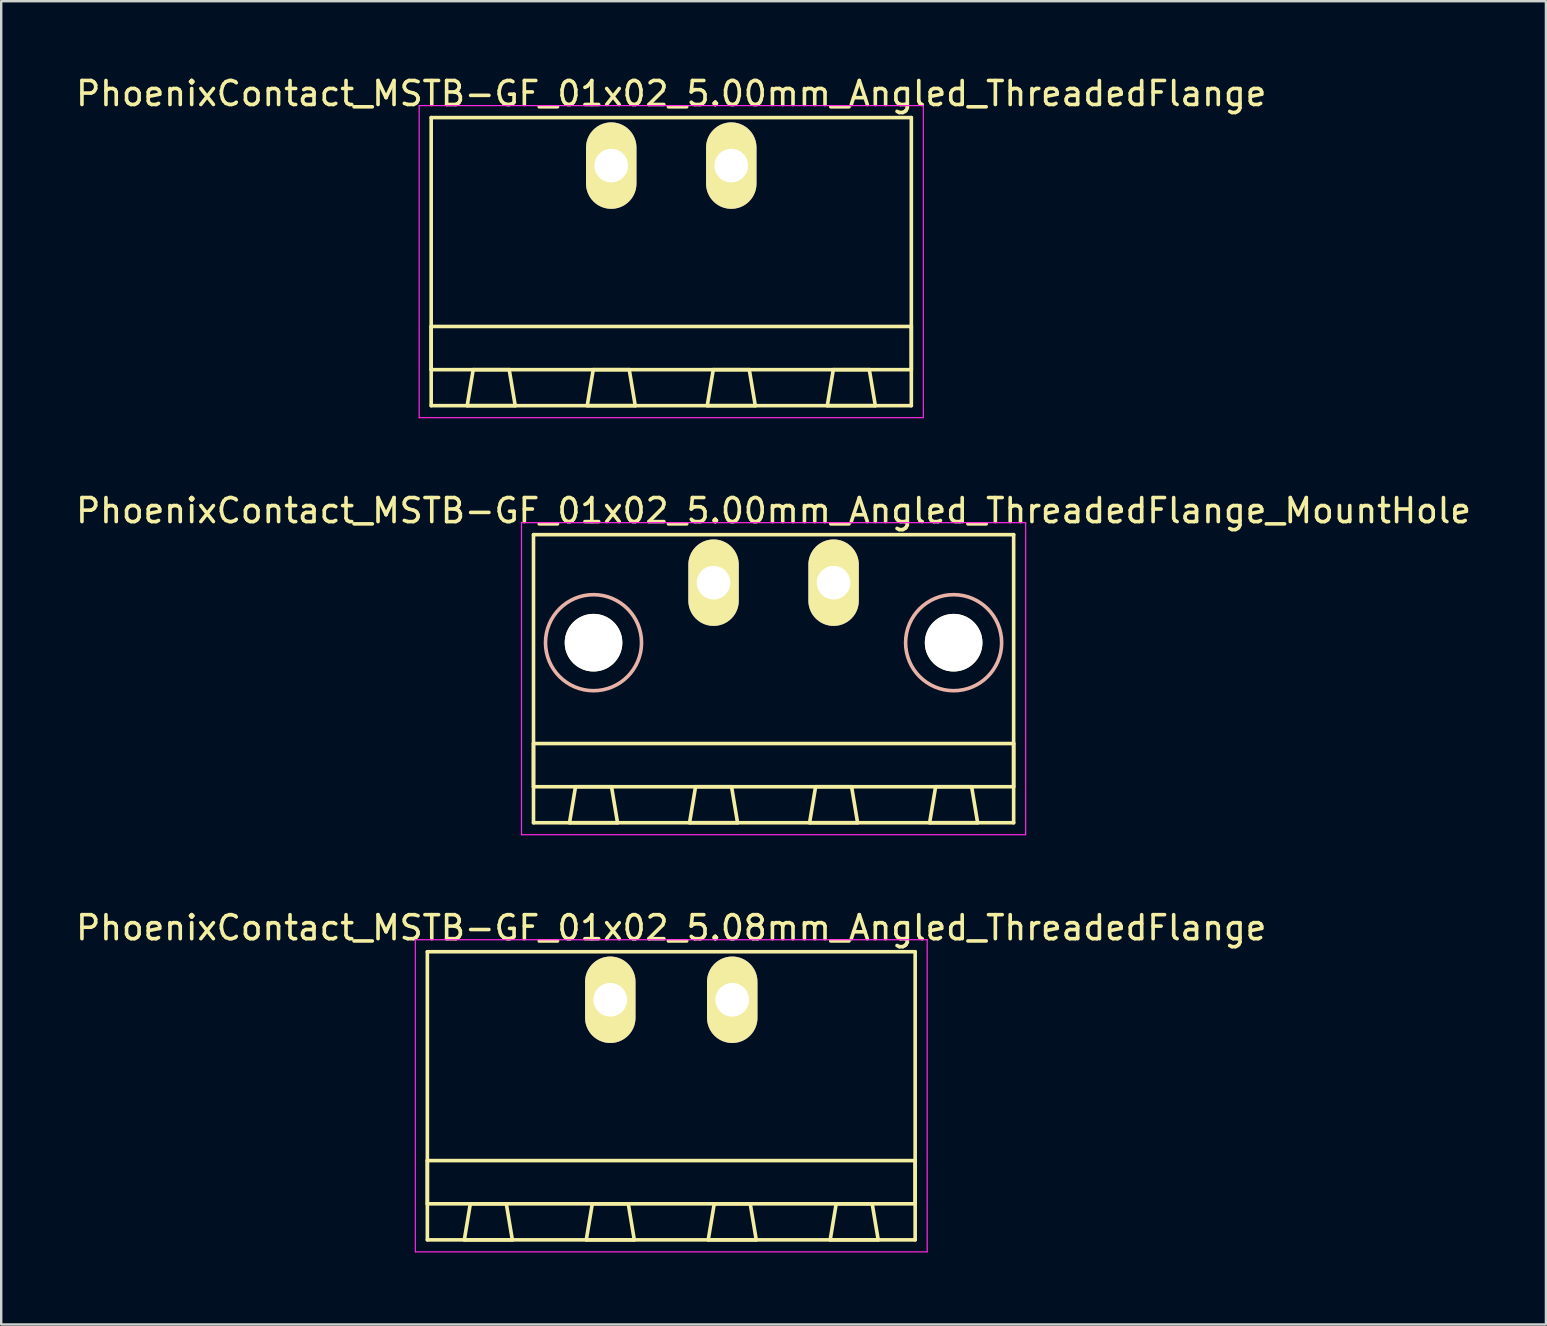
<source format=kicad_pcb>
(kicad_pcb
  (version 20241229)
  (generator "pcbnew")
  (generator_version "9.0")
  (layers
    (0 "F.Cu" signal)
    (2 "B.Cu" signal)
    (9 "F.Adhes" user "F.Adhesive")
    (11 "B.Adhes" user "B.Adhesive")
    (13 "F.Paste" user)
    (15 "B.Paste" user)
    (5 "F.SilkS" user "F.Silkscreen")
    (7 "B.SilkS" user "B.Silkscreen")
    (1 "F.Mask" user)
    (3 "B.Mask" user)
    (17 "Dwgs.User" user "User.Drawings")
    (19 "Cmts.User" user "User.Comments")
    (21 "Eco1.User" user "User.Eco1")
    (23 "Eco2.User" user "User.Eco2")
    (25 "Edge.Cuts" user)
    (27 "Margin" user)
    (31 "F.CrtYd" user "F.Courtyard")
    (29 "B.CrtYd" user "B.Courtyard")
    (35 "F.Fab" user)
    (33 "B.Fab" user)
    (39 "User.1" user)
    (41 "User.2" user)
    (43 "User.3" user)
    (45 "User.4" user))
  (footprint "PhoenixContact_MSTB-GF_01x02_5.08mm_Angled_ThreadedFlange"
    (layer "F.Cu")
    (at 22.371 38.595)
    (property "Reference" "PhoenixContact_MSTB-GF_01x02_5.08mm_Angled_ThreadedFlange" (at 2.54 -3 0) (layer "F.SilkS") (effects (font (size 1 1) (thickness 0.15))))
    (attr through_hole)
    (fp_line (start -7.62 -2) (end -7.62 10) (stroke (width 0.15) (type solid)) (layer "F.SilkS"))
    (fp_line (start -7.62 6.7) (end 12.7 6.7) (stroke (width 0.15) (type solid)) (layer "F.SilkS"))
    (fp_line (start -7.62 8.5) (end -7.62 6.7) (stroke (width 0.15) (type solid)) (layer "F.SilkS"))
    (fp_line (start -7.62 10) (end 12.7 10) (stroke (width 0.15) (type solid)) (layer "F.SilkS"))
    (fp_line (start -6.08 10) (end -4.08 10) (stroke (width 0.15) (type solid)) (layer "F.SilkS"))
    (fp_line (start -5.83 8.5) (end -6.08 10) (stroke (width 0.15) (type solid)) (layer "F.SilkS"))
    (fp_line (start -4.33 8.5) (end -5.83 8.5) (stroke (width 0.15) (type solid)) (layer "F.SilkS"))
    (fp_line (start -4.08 10) (end -4.33 8.5) (stroke (width 0.15) (type solid)) (layer "F.SilkS"))
    (fp_line (start -1 10) (end 1 10) (stroke (width 0.15) (type solid)) (layer "F.SilkS"))
    (fp_line (start -0.75 8.5) (end -1 10) (stroke (width 0.15) (type solid)) (layer "F.SilkS"))
    (fp_line (start 0.75 8.5) (end -0.75 8.5) (stroke (width 0.15) (type solid)) (layer "F.SilkS"))
    (fp_line (start 1 10) (end 0.75 8.5) (stroke (width 0.15) (type solid)) (layer "F.SilkS"))
    (fp_line (start 4.08 10) (end 6.08 10) (stroke (width 0.15) (type solid)) (layer "F.SilkS"))
    (fp_line (start 4.33 8.5) (end 4.08 10) (stroke (width 0.15) (type solid)) (layer "F.SilkS"))
    (fp_line (start 5.83 8.5) (end 4.33 8.5) (stroke (width 0.15) (type solid)) (layer "F.SilkS"))
    (fp_line (start 6.08 10) (end 5.83 8.5) (stroke (width 0.15) (type solid)) (layer "F.SilkS"))
    (fp_line (start 9.16 10) (end 11.16 10) (stroke (width 0.15) (type solid)) (layer "F.SilkS"))
    (fp_line (start 9.41 8.5) (end 9.16 10) (stroke (width 0.15) (type solid)) (layer "F.SilkS"))
    (fp_line (start 10.91 8.5) (end 9.41 8.5) (stroke (width 0.15) (type solid)) (layer "F.SilkS"))
    (fp_line (start 11.16 10) (end 10.91 8.5) (stroke (width 0.15) (type solid)) (layer "F.SilkS"))
    (fp_line (start 12.7 -2) (end -7.62 -2) (stroke (width 0.15) (type solid)) (layer "F.SilkS"))
    (fp_line (start 12.7 6.7) (end 12.7 8.5) (stroke (width 0.15) (type solid)) (layer "F.SilkS"))
    (fp_line (start 12.7 8.5) (end -7.62 8.5) (stroke (width 0.15) (type solid)) (layer "F.SilkS"))
    (fp_line (start 12.7 10) (end 12.7 -2) (stroke (width 0.15) (type solid)) (layer "F.SilkS"))
    (fp_line (start -8.12 -2.5) (end -8.12 10.5) (stroke (width 0.05) (type solid)) (layer "F.CrtYd"))
    (fp_line (start -8.12 10.5) (end 13.2 10.5) (stroke (width 0.05) (type solid)) (layer "F.CrtYd"))
    (fp_line (start 13.2 -2.5) (end -8.12 -2.5) (stroke (width 0.05) (type solid)) (layer "F.CrtYd"))
    (fp_line (start 13.2 10.5) (end 13.2 -2.5) (stroke (width 0.05) (type solid)) (layer "F.CrtYd"))
    (pad "1" thru_hole oval (at 0 0) (size 2.1 3.6) (drill 1.4) (layers "*.Cu" "*.Mask" "F.SilkS"))
    (pad "2" thru_hole oval (at 5.08 0) (size 2.1 3.6) (drill 1.4) (layers "*.Cu" "*.Mask" "F.SilkS")))
  (footprint "PhoenixContact_MSTB-GF_01x02_5.00mm_Angled_ThreadedFlange_MountHole"
    (layer "F.Cu")
    (at 26.673 21.221)
    (property "Reference" "PhoenixContact_MSTB-GF_01x02_5.00mm_Angled_ThreadedFlange_MountHole" (at 2.5 -3 0) (layer "F.SilkS") (effects (font (size 1 1) (thickness 0.15))))
    (attr through_hole)
    (fp_line (start -7.5 -2) (end -7.5 10) (stroke (width 0.15) (type solid)) (layer "F.SilkS"))
    (fp_line (start -7.5 6.7) (end 12.5 6.7) (stroke (width 0.15) (type solid)) (layer "F.SilkS"))
    (fp_line (start -7.5 8.5) (end -7.5 6.7) (stroke (width 0.15) (type solid)) (layer "F.SilkS"))
    (fp_line (start -7.5 10) (end 12.5 10) (stroke (width 0.15) (type solid)) (layer "F.SilkS"))
    (fp_line (start -6 10) (end -4 10) (stroke (width 0.15) (type solid)) (layer "F.SilkS"))
    (fp_line (start -5.75 8.5) (end -6 10) (stroke (width 0.15) (type solid)) (layer "F.SilkS"))
    (fp_line (start -4.25 8.5) (end -5.75 8.5) (stroke (width 0.15) (type solid)) (layer "F.SilkS"))
    (fp_line (start -4 10) (end -4.25 8.5) (stroke (width 0.15) (type solid)) (layer "F.SilkS"))
    (fp_line (start -1 10) (end 1 10) (stroke (width 0.15) (type solid)) (layer "F.SilkS"))
    (fp_line (start -0.75 8.5) (end -1 10) (stroke (width 0.15) (type solid)) (layer "F.SilkS"))
    (fp_line (start 0.75 8.5) (end -0.75 8.5) (stroke (width 0.15) (type solid)) (layer "F.SilkS"))
    (fp_line (start 1 10) (end 0.75 8.5) (stroke (width 0.15) (type solid)) (layer "F.SilkS"))
    (fp_line (start 4 10) (end 6 10) (stroke (width 0.15) (type solid)) (layer "F.SilkS"))
    (fp_line (start 4.25 8.5) (end 4 10) (stroke (width 0.15) (type solid)) (layer "F.SilkS"))
    (fp_line (start 5.75 8.5) (end 4.25 8.5) (stroke (width 0.15) (type solid)) (layer "F.SilkS"))
    (fp_line (start 6 10) (end 5.75 8.5) (stroke (width 0.15) (type solid)) (layer "F.SilkS"))
    (fp_line (start 9 10) (end 11 10) (stroke (width 0.15) (type solid)) (layer "F.SilkS"))
    (fp_line (start 9.25 8.5) (end 9 10) (stroke (width 0.15) (type solid)) (layer "F.SilkS"))
    (fp_line (start 10.75 8.5) (end 9.25 8.5) (stroke (width 0.15) (type solid)) (layer "F.SilkS"))
    (fp_line (start 11 10) (end 10.75 8.5) (stroke (width 0.15) (type solid)) (layer "F.SilkS"))
    (fp_line (start 12.5 -2) (end -7.5 -2) (stroke (width 0.15) (type solid)) (layer "F.SilkS"))
    (fp_line (start 12.5 6.7) (end 12.5 8.5) (stroke (width 0.15) (type solid)) (layer "F.SilkS"))
    (fp_line (start 12.5 8.5) (end -7.5 8.5) (stroke (width 0.15) (type solid)) (layer "F.SilkS"))
    (fp_line (start 12.5 10) (end 12.5 -2) (stroke (width 0.15) (type solid)) (layer "F.SilkS"))
    (fp_circle (center -5 2.5) (end -3 2.5) (stroke (width 0.15) (type solid)) (fill no) (layer "B.SilkS"))
    (fp_circle (center 10 2.5) (end 12 2.5) (stroke (width 0.15) (type solid)) (fill no) (layer "B.SilkS"))
    (fp_line (start -8 -2.5) (end -8 10.5) (stroke (width 0.05) (type solid)) (layer "F.CrtYd"))
    (fp_line (start -8 10.5) (end 13 10.5) (stroke (width 0.05) (type solid)) (layer "F.CrtYd"))
    (fp_line (start 13 -2.5) (end -8 -2.5) (stroke (width 0.05) (type solid)) (layer "F.CrtYd"))
    (fp_line (start 13 10.5) (end 13 -2.5) (stroke (width 0.05) (type solid)) (layer "F.CrtYd"))
    (pad "" np_thru_hole circle (at -5 2.5) (size 2.4 2.4) (drill 2.4) (layers "*.Cu" "*.Mask" "F.SilkS"))
    (pad "" np_thru_hole circle (at 10 2.5) (size 2.4 2.4) (drill 2.4) (layers "*.Cu" "*.Mask" "F.SilkS"))
    (pad "1" thru_hole oval (at 0 0) (size 2.1 3.6) (drill 1.4) (layers "*.Cu" "*.Mask" "F.SilkS"))
    (pad "2" thru_hole oval (at 5 0) (size 2.1 3.6) (drill 1.4) (layers "*.Cu" "*.Mask" "F.SilkS")))
  (footprint "PhoenixContact_MSTB-GF_01x02_5.00mm_Angled_ThreadedFlange"
    (layer "F.Cu")
    (at 22.411 3.848)
    (property "Reference" "PhoenixContact_MSTB-GF_01x02_5.00mm_Angled_ThreadedFlange" (at 2.5 -3 0) (layer "F.SilkS") (effects (font (size 1 1) (thickness 0.15))))
    (attr through_hole)
    (fp_line (start -7.5 -2) (end -7.5 10) (stroke (width 0.15) (type solid)) (layer "F.SilkS"))
    (fp_line (start -7.5 6.7) (end 12.5 6.7) (stroke (width 0.15) (type solid)) (layer "F.SilkS"))
    (fp_line (start -7.5 8.5) (end -7.5 6.7) (stroke (width 0.15) (type solid)) (layer "F.SilkS"))
    (fp_line (start -7.5 10) (end 12.5 10) (stroke (width 0.15) (type solid)) (layer "F.SilkS"))
    (fp_line (start -6 10) (end -4 10) (stroke (width 0.15) (type solid)) (layer "F.SilkS"))
    (fp_line (start -5.75 8.5) (end -6 10) (stroke (width 0.15) (type solid)) (layer "F.SilkS"))
    (fp_line (start -4.25 8.5) (end -5.75 8.5) (stroke (width 0.15) (type solid)) (layer "F.SilkS"))
    (fp_line (start -4 10) (end -4.25 8.5) (stroke (width 0.15) (type solid)) (layer "F.SilkS"))
    (fp_line (start -1 10) (end 1 10) (stroke (width 0.15) (type solid)) (layer "F.SilkS"))
    (fp_line (start -0.75 8.5) (end -1 10) (stroke (width 0.15) (type solid)) (layer "F.SilkS"))
    (fp_line (start 0.75 8.5) (end -0.75 8.5) (stroke (width 0.15) (type solid)) (layer "F.SilkS"))
    (fp_line (start 1 10) (end 0.75 8.5) (stroke (width 0.15) (type solid)) (layer "F.SilkS"))
    (fp_line (start 4 10) (end 6 10) (stroke (width 0.15) (type solid)) (layer "F.SilkS"))
    (fp_line (start 4.25 8.5) (end 4 10) (stroke (width 0.15) (type solid)) (layer "F.SilkS"))
    (fp_line (start 5.75 8.5) (end 4.25 8.5) (stroke (width 0.15) (type solid)) (layer "F.SilkS"))
    (fp_line (start 6 10) (end 5.75 8.5) (stroke (width 0.15) (type solid)) (layer "F.SilkS"))
    (fp_line (start 9 10) (end 11 10) (stroke (width 0.15) (type solid)) (layer "F.SilkS"))
    (fp_line (start 9.25 8.5) (end 9 10) (stroke (width 0.15) (type solid)) (layer "F.SilkS"))
    (fp_line (start 10.75 8.5) (end 9.25 8.5) (stroke (width 0.15) (type solid)) (layer "F.SilkS"))
    (fp_line (start 11 10) (end 10.75 8.5) (stroke (width 0.15) (type solid)) (layer "F.SilkS"))
    (fp_line (start 12.5 -2) (end -7.5 -2) (stroke (width 0.15) (type solid)) (layer "F.SilkS"))
    (fp_line (start 12.5 6.7) (end 12.5 8.5) (stroke (width 0.15) (type solid)) (layer "F.SilkS"))
    (fp_line (start 12.5 8.5) (end -7.5 8.5) (stroke (width 0.15) (type solid)) (layer "F.SilkS"))
    (fp_line (start 12.5 10) (end 12.5 -2) (stroke (width 0.15) (type solid)) (layer "F.SilkS"))
    (fp_line (start -8 -2.5) (end -8 10.5) (stroke (width 0.05) (type solid)) (layer "F.CrtYd"))
    (fp_line (start -8 10.5) (end 13 10.5) (stroke (width 0.05) (type solid)) (layer "F.CrtYd"))
    (fp_line (start 13 -2.5) (end -8 -2.5) (stroke (width 0.05) (type solid)) (layer "F.CrtYd"))
    (fp_line (start 13 10.5) (end 13 -2.5) (stroke (width 0.05) (type solid)) (layer "F.CrtYd"))
    (pad "1" thru_hole oval (at 0 0) (size 2.1 3.6) (drill 1.4) (layers "*.Cu" "*.Mask" "F.SilkS"))
    (pad "2" thru_hole oval (at 5 0) (size 2.1 3.6) (drill 1.4) (layers "*.Cu" "*.Mask" "F.SilkS")))
  (gr_rect
    (start -3 -3)
    (end 61.345 52.12)
    (stroke (width 0.1) (type default))
    (fill no)
    (layer "Edge.Cuts")))
</source>
